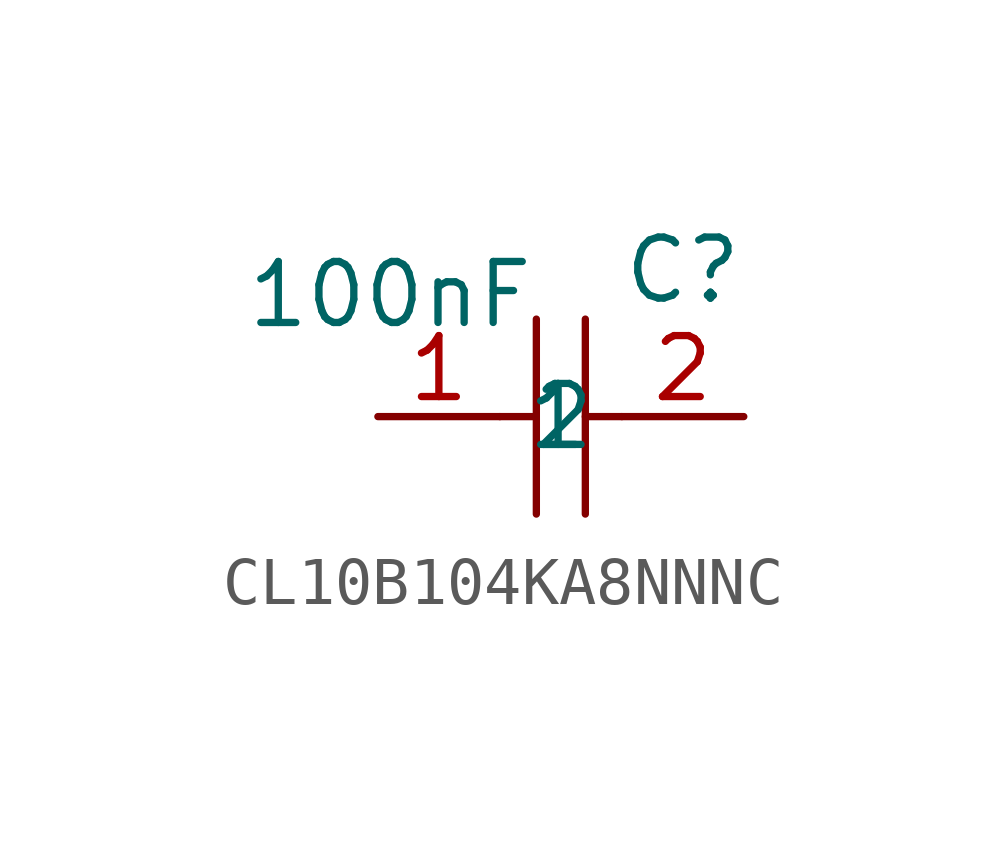
<source format=kicad_sym>
(kicad_symbol_lib
  (version 20231120)
  (generator "kicad_symbol_editor")
  (generator_version "8.0")
  (symbol "CL10B104KA8NNNC"
    (property "Reference" "C"
      (at 2.54 3.048 0)
      (effects (font (size 1.27 1.27))))
    (property "Value" "100nF"
      (at -3.556 2.54 0)
      (effects (font (size 1.27 1.27))))
    (symbol "CL10B104KA8NNNC_0_1"
      (polyline (pts (xy -1.27 0) (xy -0.51 0)) (stroke (width 0) (type default)) (fill (type none)))
      (polyline (pts (xy -0.51 2.03) (xy -0.51 -2.03)) (stroke (width 0) (type default)) (fill (type none)))
      (polyline (pts (xy 0.51 0) (xy 1.27 0)) (stroke (width 0) (type default)) (fill (type none)))
      (polyline (pts (xy 0.51 2.03) (xy 0.51 -2.03)) (stroke (width 0) (type default)) (fill (type none)))
      (pin passive line (at -3.81 0 0) (length 2.54) (name "1" (effects (font (size 1.27 1.27)))) (number "1" (effects (font (size 1.27 1.27)))))
      (pin passive line (at 3.81 0 180) (length 2.54) (name "2" (effects (font (size 1.27 1.27)))) (number "2" (effects (font (size 1.27 1.27))))))))
</source>
